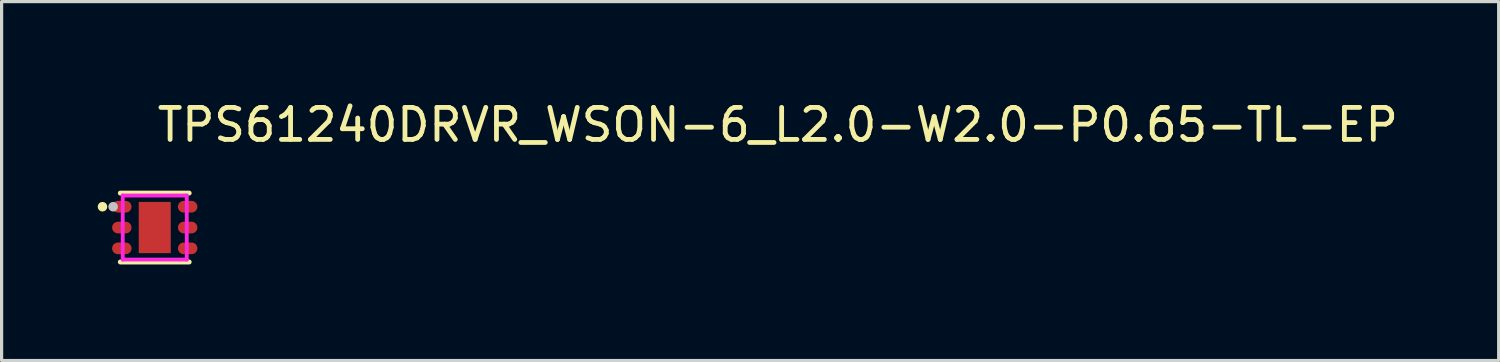
<source format=kicad_pcb>
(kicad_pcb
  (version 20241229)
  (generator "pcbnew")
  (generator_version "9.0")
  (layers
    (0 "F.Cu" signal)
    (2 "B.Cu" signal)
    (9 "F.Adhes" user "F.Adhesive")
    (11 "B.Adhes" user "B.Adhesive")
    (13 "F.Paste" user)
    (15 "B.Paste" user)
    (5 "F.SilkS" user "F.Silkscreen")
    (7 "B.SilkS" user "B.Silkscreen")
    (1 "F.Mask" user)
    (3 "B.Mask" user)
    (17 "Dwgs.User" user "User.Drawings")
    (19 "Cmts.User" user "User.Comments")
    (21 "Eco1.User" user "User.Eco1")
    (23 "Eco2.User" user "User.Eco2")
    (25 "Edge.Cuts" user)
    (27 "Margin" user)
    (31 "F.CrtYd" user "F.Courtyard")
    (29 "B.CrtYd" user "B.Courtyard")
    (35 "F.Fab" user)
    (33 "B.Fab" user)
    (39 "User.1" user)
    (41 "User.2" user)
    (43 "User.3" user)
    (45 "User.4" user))
  (footprint "TPS61240DRVR_WSON-6_L2.0-W2.0-P0.65-TL-EP"
    (layer "F.Cu")
    (at 1.782 4.055)
    (property "Reference" "TPS61240DRVR_WSON-6_L2.0-W2.0-P0.65-TL-EP" (at 0 -3.207 0) (layer "F.SilkS") (effects (font (size 1 1) (thickness 0.15)) (justify left)))
    (attr through_hole)
    (fp_line (start -1.076 -1.076) (end 1.076 -1.076) (stroke (width 0.152) (type solid)) (layer "F.SilkS"))
    (fp_line (start -1.076 1.076) (end 1.076 1.076) (stroke (width 0.152) (type solid)) (layer "F.SilkS"))
    (fp_circle (center -1.632 -0.65) (end -1.557 -0.65) (stroke (width 0.15) (type solid)) (fill no) (layer "F.SilkS"))
    (fp_circle (center -1.3 -0.65) (end -1.225 -0.65) (stroke (width 0.15) (type solid)) (fill no) (layer "Dwgs.User"))
    (fp_circle (center -1 -1) (end -0.97 -1) (stroke (width 0.06) (type solid)) (fill no) (layer "Eco2.User"))
    (fp_poly (pts (xy -1 -0.8) (xy -0.75 -0.8) (xy -0.75 -0.5) (xy -1 -0.5)) (stroke (width 0.12) (type solid)) (fill no) (layer "Eco2.User"))
    (fp_poly (pts (xy -1 -0.15) (xy -0.75 -0.15) (xy -0.75 0.15) (xy -1 0.15)) (stroke (width 0.12) (type solid)) (fill no) (layer "Eco2.User"))
    (fp_poly (pts (xy -1 0.5) (xy -0.75 0.5) (xy -0.75 0.8) (xy -1 0.8)) (stroke (width 0.12) (type solid)) (fill no) (layer "Eco2.User"))
    (fp_poly (pts (xy 1 -0.8) (xy 0.75 -0.8) (xy 0.75 -0.5) (xy 1 -0.5)) (stroke (width 0.12) (type solid)) (fill no) (layer "Eco2.User"))
    (fp_poly (pts (xy 1 -0.15) (xy 0.75 -0.15) (xy 0.75 0.15) (xy 1 0.15)) (stroke (width 0.12) (type solid)) (fill no) (layer "Eco2.User"))
    (fp_poly (pts (xy 1 0.5) (xy 0.75 0.5) (xy 0.75 0.8) (xy 1 0.8)) (stroke (width 0.12) (type solid)) (fill no) (layer "Eco2.User"))
    (fp_poly (pts (xy -0.4 -0.8) (xy 0.5 -0.8) (xy 0.5 0.8) (xy -0.5 0.8) (xy -0.5 -0.7)) (stroke (width 0.12) (type solid)) (fill no) (layer "Eco2.User"))
    (fp_line (start -1 -1) (end 1 -1) (stroke (width 0.12) (type solid)) (layer "F.CrtYd"))
    (fp_line (start -1 1) (end -1 -1) (stroke (width 0.12) (type solid)) (layer "F.CrtYd"))
    (fp_line (start 1 -1) (end 1 1) (stroke (width 0.12) (type solid)) (layer "F.CrtYd"))
    (fp_line (start 1 1) (end -1 1) (stroke (width 0.12) (type solid)) (layer "F.CrtYd"))
    (pad "1" smd oval (at -1.028 -0.65 270) (size 0.364 0.607) (layers "F.Cu" "F.Mask" "F.Paste"))
    (pad "2" smd oval (at -1.028 0 270) (size 0.364 0.607) (layers "F.Cu" "F.Mask" "F.Paste"))
    (pad "3" smd oval (at -1.028 0.65 270) (size 0.364 0.607) (layers "F.Cu" "F.Mask" "F.Paste"))
    (pad "4" smd oval (at 1.028 0.65 270) (size 0.364 0.607) (layers "F.Cu" "F.Mask" "F.Paste"))
    (pad "5" smd oval (at 1.028 0 270) (size 0.364 0.607) (layers "F.Cu" "F.Mask" "F.Paste"))
    (pad "6" smd oval (at 1.028 -0.65 270) (size 0.364 0.607) (layers "F.Cu" "F.Mask" "F.Paste"))
    (pad "7" smd rect (at 0 0) (size 1 1.6) (layers "F.Cu" "F.Mask" "F.Paste")))
  (gr_rect
    (start -3 -3)
    (end 43.746 8.207)
    (stroke (width 0.1) (type default))
    (fill no)
    (layer "Edge.Cuts")))
</source>
